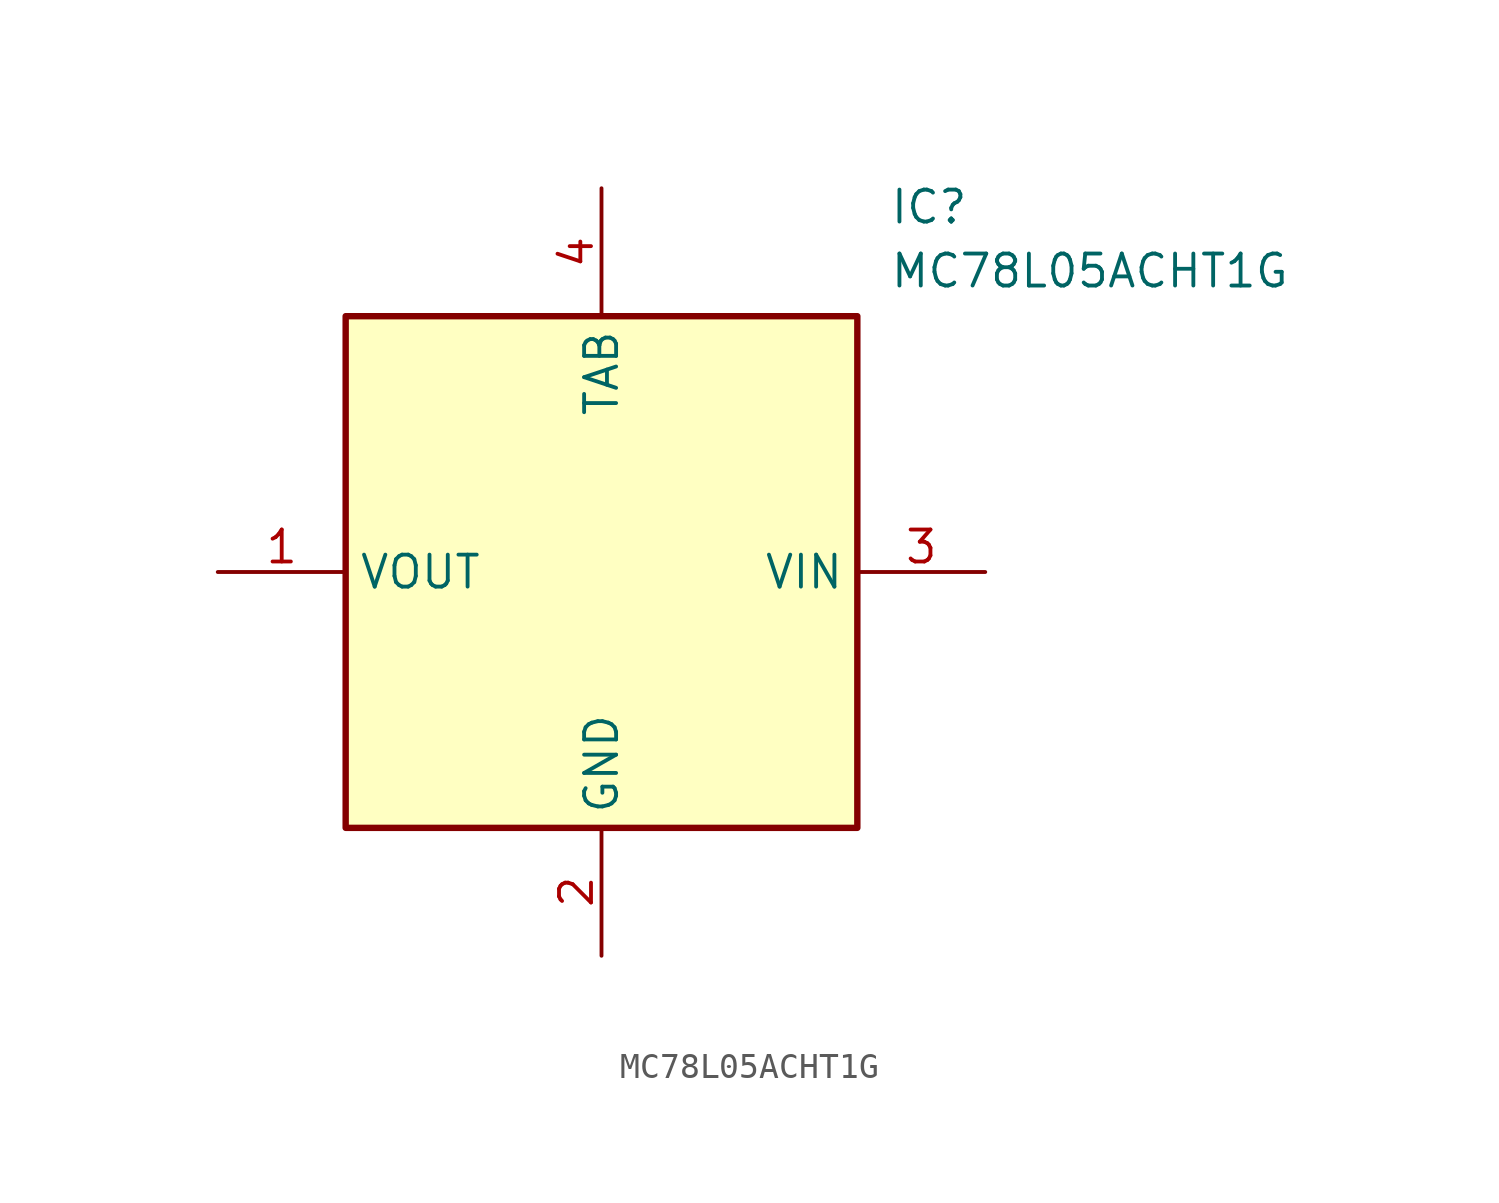
<source format=kicad_sym>
(kicad_symbol_lib
  (version 20211014)
  (generator SamacSys_ECAD_Model)
  (symbol "MC78L05ACHT1G"
    (property "Reference" "IC"
      (at 26.67 15.24 0)
      (effects (font (size 1.27 1.27)) (justify left top)))
    (property "Value" "MC78L05ACHT1G"
      (at 26.67 12.7 0)
      (effects (font (size 1.27 1.27)) (justify left top)))
    (rectangle
      (start 5.08 10.16)
      (end 25.4 -10.16)
      (stroke (width 0.254) (type default))
      (fill (type background)))
    (pin passive line
      (at 0 0 0)
      (length 5.08)
      (name "VOUT" (effects (font (size 1.27 1.27))))
      (number "1" (effects (font (size 1.27 1.27)))))
    (pin passive line
      (at 15.24 -15.24 90)
      (length 5.08)
      (name "GND" (effects (font (size 1.27 1.27))))
      (number "2" (effects (font (size 1.27 1.27)))))
    (pin passive line
      (at 30.48 0 180)
      (length 5.08)
      (name "VIN" (effects (font (size 1.27 1.27))))
      (number "3" (effects (font (size 1.27 1.27)))))
    (pin passive line
      (at 15.24 15.24 270)
      (length 5.08)
      (name "TAB" (effects (font (size 1.27 1.27))))
      (number "4" (effects (font (size 1.27 1.27)))))))
</source>
